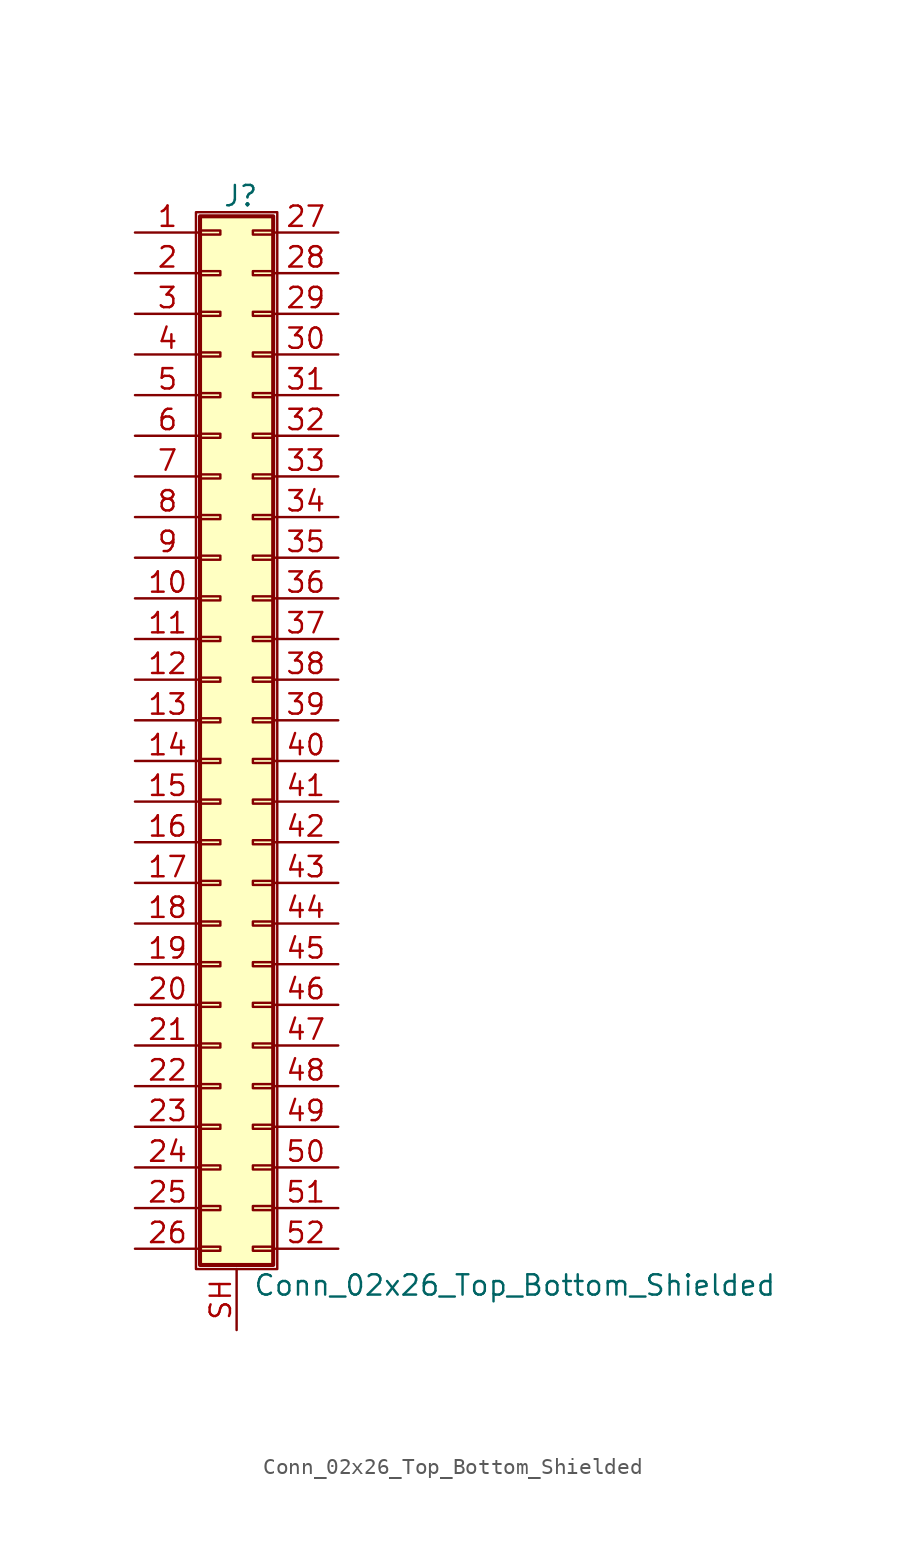
<source format=kicad_sym>
(kicad_symbol_lib
  (version 20201005)
  (generator kicad_symbol_editor)
  (symbol "Conn_02x26_Top_Bottom_Shielded"
    (pin_names
      (offset 1.016) hide)
    (property "Reference" "J"
      (at 1.524 32.766 0)
      (effects (font (size 1.27 1.27))))
    (property "Value" "Conn_02x26_Top_Bottom_Shielded"
      (at 2.286 -35.306 0)
      (effects (font (size 1.27 1.27)) (justify left)))
    (symbol "Conn_02x26_Top_Bottom_Shielded_1_1"
      (rectangle (start -1.27 31.75) (end 3.81 -34.29) (stroke (width 0.152)) (fill (type none)))
      (rectangle (start -1.016 -32.893) (end 0.254 -33.147) (stroke (width 0.152)) (fill (type none)))
      (rectangle (start -1.016 -30.353) (end 0.254 -30.607) (stroke (width 0.152)) (fill (type none)))
      (rectangle (start -1.016 -27.813) (end 0.254 -28.067) (stroke (width 0.152)) (fill (type none)))
      (rectangle (start -1.016 -25.273) (end 0.254 -25.527) (stroke (width 0.152)) (fill (type none)))
      (rectangle (start -1.016 -22.733) (end 0.254 -22.987) (stroke (width 0.152)) (fill (type none)))
      (rectangle (start -1.016 -20.193) (end 0.254 -20.447) (stroke (width 0.152)) (fill (type none)))
      (rectangle (start -1.016 -17.653) (end 0.254 -17.907) (stroke (width 0.152)) (fill (type none)))
      (rectangle (start -1.016 -15.113) (end 0.254 -15.367) (stroke (width 0.152)) (fill (type none)))
      (rectangle (start -1.016 -12.573) (end 0.254 -12.827) (stroke (width 0.152)) (fill (type none)))
      (rectangle (start -1.016 -10.033) (end 0.254 -10.287) (stroke (width 0.152)) (fill (type none)))
      (rectangle (start -1.016 -7.493) (end 0.254 -7.747) (stroke (width 0.152)) (fill (type none)))
      (rectangle (start -1.016 -4.953) (end 0.254 -5.207) (stroke (width 0.152)) (fill (type none)))
      (rectangle (start -1.016 -2.413) (end 0.254 -2.667) (stroke (width 0.152)) (fill (type none)))
      (rectangle (start -1.016 0.127) (end 0.254 -0.127) (stroke (width 0.152)) (fill (type none)))
      (rectangle (start -1.016 2.667) (end 0.254 2.413) (stroke (width 0.152)) (fill (type none)))
      (rectangle (start -1.016 5.207) (end 0.254 4.953) (stroke (width 0.152)) (fill (type none)))
      (rectangle (start -1.016 7.747) (end 0.254 7.493) (stroke (width 0.152)) (fill (type none)))
      (rectangle (start -1.016 10.287) (end 0.254 10.033) (stroke (width 0.152)) (fill (type none)))
      (rectangle (start -1.016 12.827) (end 0.254 12.573) (stroke (width 0.152)) (fill (type none)))
      (rectangle (start -1.016 15.367) (end 0.254 15.113) (stroke (width 0.152)) (fill (type none)))
      (rectangle (start -1.016 17.907) (end 0.254 17.653) (stroke (width 0.152)) (fill (type none)))
      (rectangle (start -1.016 20.447) (end 0.254 20.193) (stroke (width 0.152)) (fill (type none)))
      (rectangle (start -1.016 22.987) (end 0.254 22.733) (stroke (width 0.152)) (fill (type none)))
      (rectangle (start -1.016 25.527) (end 0.254 25.273) (stroke (width 0.152)) (fill (type none)))
      (rectangle (start -1.016 28.067) (end 0.254 27.813) (stroke (width 0.152)) (fill (type none)))
      (rectangle (start -1.016 30.607) (end 0.254 30.353) (stroke (width 0.152)) (fill (type none)))
      (rectangle (start -1.016 31.496) (end 3.556 -34.036) (stroke (width 0.254)) (fill (type background)))
      (rectangle (start 3.556 -32.893) (end 2.286 -33.147) (stroke (width 0.152)) (fill (type none)))
      (rectangle (start 3.556 -30.353) (end 2.286 -30.607) (stroke (width 0.152)) (fill (type none)))
      (rectangle (start 3.556 -27.813) (end 2.286 -28.067) (stroke (width 0.152)) (fill (type none)))
      (rectangle (start 3.556 -25.273) (end 2.286 -25.527) (stroke (width 0.152)) (fill (type none)))
      (rectangle (start 3.556 -22.733) (end 2.286 -22.987) (stroke (width 0.152)) (fill (type none)))
      (rectangle (start 3.556 -20.193) (end 2.286 -20.447) (stroke (width 0.152)) (fill (type none)))
      (rectangle (start 3.556 -17.653) (end 2.286 -17.907) (stroke (width 0.152)) (fill (type none)))
      (rectangle (start 3.556 -15.113) (end 2.286 -15.367) (stroke (width 0.152)) (fill (type none)))
      (rectangle (start 3.556 -12.573) (end 2.286 -12.827) (stroke (width 0.152)) (fill (type none)))
      (rectangle (start 3.556 -10.033) (end 2.286 -10.287) (stroke (width 0.152)) (fill (type none)))
      (rectangle (start 3.556 -7.493) (end 2.286 -7.747) (stroke (width 0.152)) (fill (type none)))
      (rectangle (start 3.556 -4.953) (end 2.286 -5.207) (stroke (width 0.152)) (fill (type none)))
      (rectangle (start 3.556 -2.413) (end 2.286 -2.667) (stroke (width 0.152)) (fill (type none)))
      (rectangle (start 3.556 0.127) (end 2.286 -0.127) (stroke (width 0.152)) (fill (type none)))
      (rectangle (start 3.556 2.667) (end 2.286 2.413) (stroke (width 0.152)) (fill (type none)))
      (rectangle (start 3.556 5.207) (end 2.286 4.953) (stroke (width 0.152)) (fill (type none)))
      (rectangle (start 3.556 7.747) (end 2.286 7.493) (stroke (width 0.152)) (fill (type none)))
      (rectangle (start 3.556 10.287) (end 2.286 10.033) (stroke (width 0.152)) (fill (type none)))
      (rectangle (start 3.556 12.827) (end 2.286 12.573) (stroke (width 0.152)) (fill (type none)))
      (rectangle (start 3.556 15.367) (end 2.286 15.113) (stroke (width 0.152)) (fill (type none)))
      (rectangle (start 3.556 17.907) (end 2.286 17.653) (stroke (width 0.152)) (fill (type none)))
      (rectangle (start 3.556 20.447) (end 2.286 20.193) (stroke (width 0.152)) (fill (type none)))
      (rectangle (start 3.556 22.987) (end 2.286 22.733) (stroke (width 0.152)) (fill (type none)))
      (rectangle (start 3.556 25.527) (end 2.286 25.273) (stroke (width 0.152)) (fill (type none)))
      (rectangle (start 3.556 28.067) (end 2.286 27.813) (stroke (width 0.152)) (fill (type none)))
      (rectangle (start 3.556 30.607) (end 2.286 30.353) (stroke (width 0.152)) (fill (type none)))
      (pin passive line (at -5.08 30.48 0) (length 4.064) (name "Pin_1" (effects (font (size 1.27 1.27)))) (number "1" (effects (font (size 1.27 1.27)))))
      (pin passive line (at -5.08 7.62 0) (length 4.064) (name "Pin_10" (effects (font (size 1.27 1.27)))) (number "10" (effects (font (size 1.27 1.27)))))
      (pin passive line (at -5.08 5.08 0) (length 4.064) (name "Pin_11" (effects (font (size 1.27 1.27)))) (number "11" (effects (font (size 1.27 1.27)))))
      (pin passive line (at -5.08 2.54 0) (length 4.064) (name "Pin_12" (effects (font (size 1.27 1.27)))) (number "12" (effects (font (size 1.27 1.27)))))
      (pin passive line (at -5.08 0 0) (length 4.064) (name "Pin_13" (effects (font (size 1.27 1.27)))) (number "13" (effects (font (size 1.27 1.27)))))
      (pin passive line (at -5.08 -2.54 0) (length 4.064) (name "Pin_14" (effects (font (size 1.27 1.27)))) (number "14" (effects (font (size 1.27 1.27)))))
      (pin passive line (at -5.08 -5.08 0) (length 4.064) (name "Pin_15" (effects (font (size 1.27 1.27)))) (number "15" (effects (font (size 1.27 1.27)))))
      (pin passive line (at -5.08 -7.62 0) (length 4.064) (name "Pin_16" (effects (font (size 1.27 1.27)))) (number "16" (effects (font (size 1.27 1.27)))))
      (pin passive line (at -5.08 -10.16 0) (length 4.064) (name "Pin_17" (effects (font (size 1.27 1.27)))) (number "17" (effects (font (size 1.27 1.27)))))
      (pin passive line (at -5.08 -12.7 0) (length 4.064) (name "Pin_18" (effects (font (size 1.27 1.27)))) (number "18" (effects (font (size 1.27 1.27)))))
      (pin passive line (at -5.08 -15.24 0) (length 4.064) (name "Pin_19" (effects (font (size 1.27 1.27)))) (number "19" (effects (font (size 1.27 1.27)))))
      (pin passive line (at -5.08 27.94 0) (length 4.064) (name "Pin_2" (effects (font (size 1.27 1.27)))) (number "2" (effects (font (size 1.27 1.27)))))
      (pin passive line (at -5.08 -17.78 0) (length 4.064) (name "Pin_20" (effects (font (size 1.27 1.27)))) (number "20" (effects (font (size 1.27 1.27)))))
      (pin passive line (at -5.08 -20.32 0) (length 4.064) (name "Pin_21" (effects (font (size 1.27 1.27)))) (number "21" (effects (font (size 1.27 1.27)))))
      (pin passive line (at -5.08 -22.86 0) (length 4.064) (name "Pin_22" (effects (font (size 1.27 1.27)))) (number "22" (effects (font (size 1.27 1.27)))))
      (pin passive line (at -5.08 -25.4 0) (length 4.064) (name "Pin_23" (effects (font (size 1.27 1.27)))) (number "23" (effects (font (size 1.27 1.27)))))
      (pin passive line (at -5.08 -27.94 0) (length 4.064) (name "Pin_24" (effects (font (size 1.27 1.27)))) (number "24" (effects (font (size 1.27 1.27)))))
      (pin passive line (at -5.08 -30.48 0) (length 4.064) (name "Pin_25" (effects (font (size 1.27 1.27)))) (number "25" (effects (font (size 1.27 1.27)))))
      (pin passive line (at -5.08 -33.02 0) (length 4.064) (name "Pin_26" (effects (font (size 1.27 1.27)))) (number "26" (effects (font (size 1.27 1.27)))))
      (pin passive line (at 7.62 30.48 180) (length 4.064) (name "Pin_27" (effects (font (size 1.27 1.27)))) (number "27" (effects (font (size 1.27 1.27)))))
      (pin passive line (at 7.62 27.94 180) (length 4.064) (name "Pin_28" (effects (font (size 1.27 1.27)))) (number "28" (effects (font (size 1.27 1.27)))))
      (pin passive line (at 7.62 25.4 180) (length 4.064) (name "Pin_29" (effects (font (size 1.27 1.27)))) (number "29" (effects (font (size 1.27 1.27)))))
      (pin passive line (at -5.08 25.4 0) (length 4.064) (name "Pin_3" (effects (font (size 1.27 1.27)))) (number "3" (effects (font (size 1.27 1.27)))))
      (pin passive line (at 7.62 22.86 180) (length 4.064) (name "Pin_30" (effects (font (size 1.27 1.27)))) (number "30" (effects (font (size 1.27 1.27)))))
      (pin passive line (at 7.62 20.32 180) (length 4.064) (name "Pin_31" (effects (font (size 1.27 1.27)))) (number "31" (effects (font (size 1.27 1.27)))))
      (pin passive line (at 7.62 17.78 180) (length 4.064) (name "Pin_32" (effects (font (size 1.27 1.27)))) (number "32" (effects (font (size 1.27 1.27)))))
      (pin passive line (at 7.62 15.24 180) (length 4.064) (name "Pin_33" (effects (font (size 1.27 1.27)))) (number "33" (effects (font (size 1.27 1.27)))))
      (pin passive line (at 7.62 12.7 180) (length 4.064) (name "Pin_34" (effects (font (size 1.27 1.27)))) (number "34" (effects (font (size 1.27 1.27)))))
      (pin passive line (at 7.62 10.16 180) (length 4.064) (name "Pin_35" (effects (font (size 1.27 1.27)))) (number "35" (effects (font (size 1.27 1.27)))))
      (pin passive line (at 7.62 7.62 180) (length 4.064) (name "Pin_36" (effects (font (size 1.27 1.27)))) (number "36" (effects (font (size 1.27 1.27)))))
      (pin passive line (at 7.62 5.08 180) (length 4.064) (name "Pin_37" (effects (font (size 1.27 1.27)))) (number "37" (effects (font (size 1.27 1.27)))))
      (pin passive line (at 7.62 2.54 180) (length 4.064) (name "Pin_38" (effects (font (size 1.27 1.27)))) (number "38" (effects (font (size 1.27 1.27)))))
      (pin passive line (at 7.62 0 180) (length 4.064) (name "Pin_39" (effects (font (size 1.27 1.27)))) (number "39" (effects (font (size 1.27 1.27)))))
      (pin passive line (at -5.08 22.86 0) (length 4.064) (name "Pin_4" (effects (font (size 1.27 1.27)))) (number "4" (effects (font (size 1.27 1.27)))))
      (pin passive line (at 7.62 -2.54 180) (length 4.064) (name "Pin_40" (effects (font (size 1.27 1.27)))) (number "40" (effects (font (size 1.27 1.27)))))
      (pin passive line (at 7.62 -5.08 180) (length 4.064) (name "Pin_41" (effects (font (size 1.27 1.27)))) (number "41" (effects (font (size 1.27 1.27)))))
      (pin passive line (at 7.62 -7.62 180) (length 4.064) (name "Pin_42" (effects (font (size 1.27 1.27)))) (number "42" (effects (font (size 1.27 1.27)))))
      (pin passive line (at 7.62 -10.16 180) (length 4.064) (name "Pin_43" (effects (font (size 1.27 1.27)))) (number "43" (effects (font (size 1.27 1.27)))))
      (pin passive line (at 7.62 -12.7 180) (length 4.064) (name "Pin_44" (effects (font (size 1.27 1.27)))) (number "44" (effects (font (size 1.27 1.27)))))
      (pin passive line (at 7.62 -15.24 180) (length 4.064) (name "Pin_45" (effects (font (size 1.27 1.27)))) (number "45" (effects (font (size 1.27 1.27)))))
      (pin passive line (at 7.62 -17.78 180) (length 4.064) (name "Pin_46" (effects (font (size 1.27 1.27)))) (number "46" (effects (font (size 1.27 1.27)))))
      (pin passive line (at 7.62 -20.32 180) (length 4.064) (name "Pin_47" (effects (font (size 1.27 1.27)))) (number "47" (effects (font (size 1.27 1.27)))))
      (pin passive line (at 7.62 -22.86 180) (length 4.064) (name "Pin_48" (effects (font (size 1.27 1.27)))) (number "48" (effects (font (size 1.27 1.27)))))
      (pin passive line (at 7.62 -25.4 180) (length 4.064) (name "Pin_49" (effects (font (size 1.27 1.27)))) (number "49" (effects (font (size 1.27 1.27)))))
      (pin passive line (at -5.08 20.32 0) (length 4.064) (name "Pin_5" (effects (font (size 1.27 1.27)))) (number "5" (effects (font (size 1.27 1.27)))))
      (pin passive line (at 7.62 -27.94 180) (length 4.064) (name "Pin_50" (effects (font (size 1.27 1.27)))) (number "50" (effects (font (size 1.27 1.27)))))
      (pin passive line (at 7.62 -30.48 180) (length 4.064) (name "Pin_51" (effects (font (size 1.27 1.27)))) (number "51" (effects (font (size 1.27 1.27)))))
      (pin passive line (at 7.62 -33.02 180) (length 4.064) (name "Pin_52" (effects (font (size 1.27 1.27)))) (number "52" (effects (font (size 1.27 1.27)))))
      (pin passive line (at -5.08 17.78 0) (length 4.064) (name "Pin_6" (effects (font (size 1.27 1.27)))) (number "6" (effects (font (size 1.27 1.27)))))
      (pin passive line (at -5.08 15.24 0) (length 4.064) (name "Pin_7" (effects (font (size 1.27 1.27)))) (number "7" (effects (font (size 1.27 1.27)))))
      (pin passive line (at -5.08 12.7 0) (length 4.064) (name "Pin_8" (effects (font (size 1.27 1.27)))) (number "8" (effects (font (size 1.27 1.27)))))
      (pin passive line (at -5.08 10.16 0) (length 4.064) (name "Pin_9" (effects (font (size 1.27 1.27)))) (number "9" (effects (font (size 1.27 1.27)))))
      (pin passive line (at 1.27 -38.1 90) (length 3.81) (name "Shield" (effects (font (size 1.27 1.27)))) (number "SH" (effects (font (size 1.27 1.27))))))))
</source>
